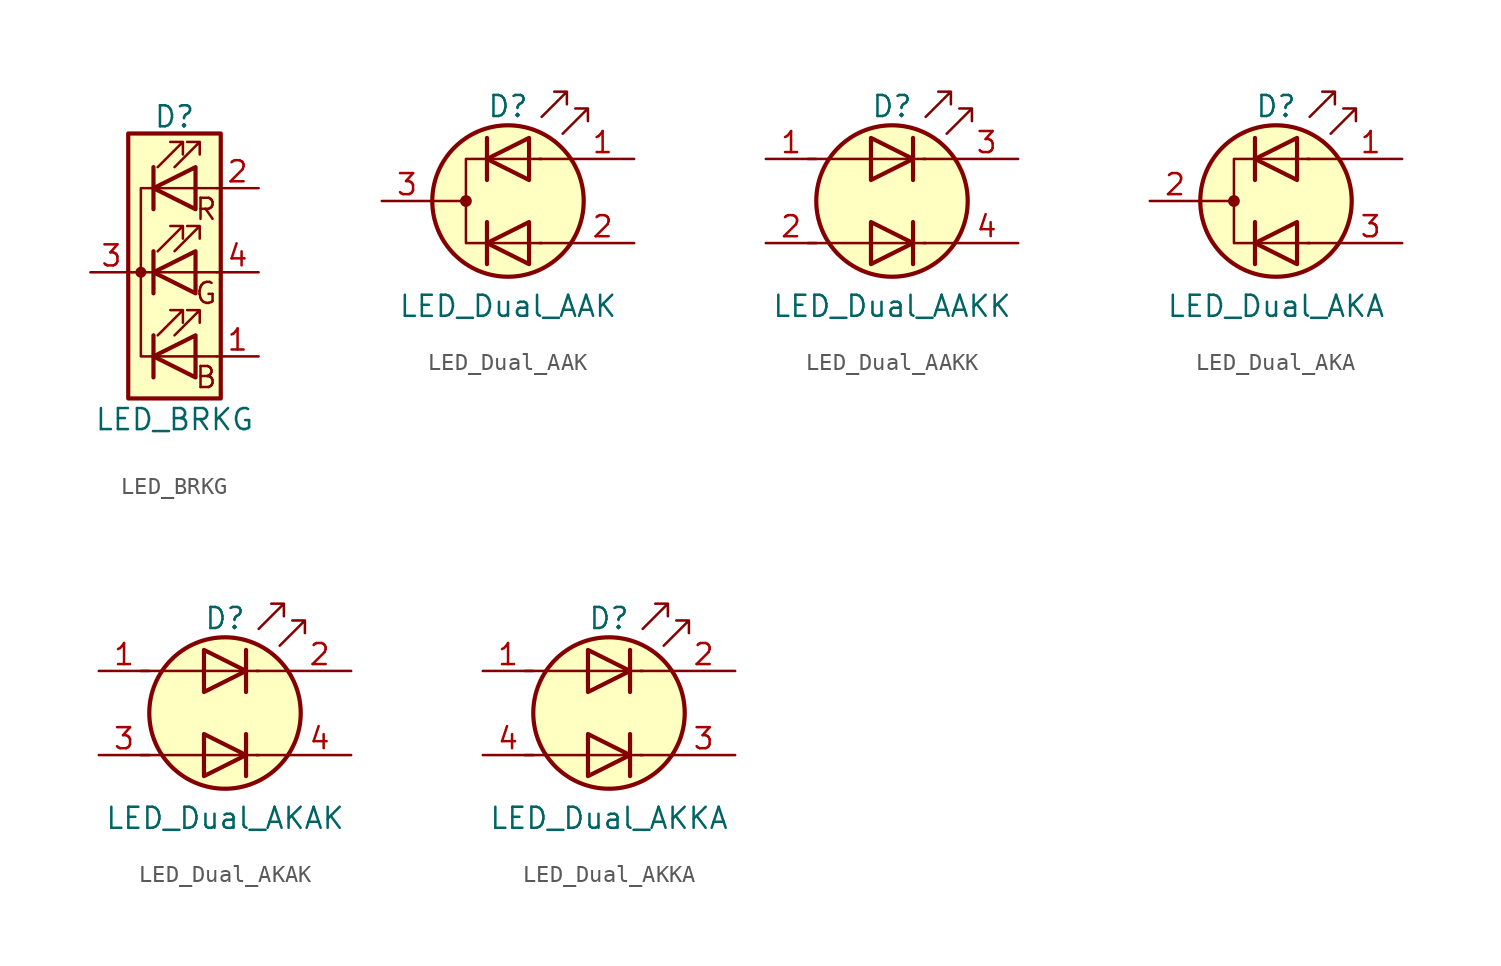
<source format=kicad_sym>
(kicad_symbol_lib
  (version 20241209)
  (generator "kicad_symbol_editor")
  (generator_version "9.0")
  (symbol "LED_BRKG"
    (pin_names
      (offset 0)
      (hide yes))
    (property "Reference" "D"
      (at 0 9.398 0)
      (effects (font (size 1.27 1.27))))
    (property "Value" "LED_BRKG"
      (at 0 -8.89 0)
      (effects (font (size 1.27 1.27))))
    (symbol "LED_BRKG_0_0"
      (text "R" (at 1.905 3.81 0) (effects (font (size 1.27 1.27))))
      (text "G" (at 1.905 -1.27 0) (effects (font (size 1.27 1.27))))
      (text "B" (at 1.905 -6.35 0) (effects (font (size 1.27 1.27)))))
    (symbol "LED_BRKG_0_1"
      (circle (center -2.032 0) (radius 0.254) (stroke (width 0) (type default)) (fill (type outline)))
      (polyline (pts (xy -1.27 6.35) (xy -1.27 3.81)) (stroke (width 0.254) (type default)) (fill (type none)))
      (polyline (pts (xy -1.27 6.35) (xy -1.27 3.81) (xy -1.27 3.81)) (stroke (width 0) (type default)) (fill (type none)))
      (polyline (pts (xy -1.27 5.08) (xy 1.27 5.08)) (stroke (width 0) (type default)) (fill (type none)))
      (polyline (pts (xy -1.27 5.08) (xy -2.032 5.08) (xy -2.032 -5.08) (xy -1.016 -5.08)) (stroke (width 0) (type default)) (fill (type none)))
      (polyline (pts (xy -1.27 1.27) (xy -1.27 -1.27)) (stroke (width 0.254) (type default)) (fill (type none)))
      (polyline (pts (xy -1.27 1.27) (xy -1.27 -1.27) (xy -1.27 -1.27)) (stroke (width 0) (type default)) (fill (type none)))
      (polyline (pts (xy -1.27 0) (xy -2.54 0)) (stroke (width 0) (type default)) (fill (type none)))
      (polyline (pts (xy -1.27 -3.81) (xy -1.27 -6.35)) (stroke (width 0.254) (type default)) (fill (type none)))
      (polyline (pts (xy -1.27 -5.08) (xy 1.27 -5.08)) (stroke (width 0) (type default)) (fill (type none)))
      (polyline (pts (xy -1.016 6.35) (xy 0.508 7.874) (xy -0.254 7.874) (xy 0.508 7.874) (xy 0.508 7.112)) (stroke (width 0) (type default)) (fill (type none)))
      (polyline (pts (xy -1.016 1.27) (xy 0.508 2.794) (xy -0.254 2.794) (xy 0.508 2.794) (xy 0.508 2.032)) (stroke (width 0) (type default)) (fill (type none)))
      (polyline (pts (xy -1.016 -3.81) (xy 0.508 -2.286) (xy -0.254 -2.286) (xy 0.508 -2.286) (xy 0.508 -3.048)) (stroke (width 0) (type default)) (fill (type none)))
      (polyline (pts (xy 0 6.35) (xy 1.524 7.874) (xy 0.762 7.874) (xy 1.524 7.874) (xy 1.524 7.112)) (stroke (width 0) (type default)) (fill (type none)))
      (polyline (pts (xy 0 1.27) (xy 1.524 2.794) (xy 0.762 2.794) (xy 1.524 2.794) (xy 1.524 2.032)) (stroke (width 0) (type default)) (fill (type none)))
      (polyline (pts (xy 0 -3.81) (xy 1.524 -2.286) (xy 0.762 -2.286) (xy 1.524 -2.286) (xy 1.524 -3.048)) (stroke (width 0) (type default)) (fill (type none)))
      (polyline (pts (xy 1.27 6.35) (xy 1.27 3.81) (xy -1.27 5.08) (xy 1.27 6.35)) (stroke (width 0.254) (type default)) (fill (type none)))
      (rectangle (start 1.27 6.35) (end 1.27 6.35) (stroke (width 0) (type default)) (fill (type none)))
      (polyline (pts (xy 1.27 5.08) (xy 2.54 5.08)) (stroke (width 0) (type default)) (fill (type none)))
      (rectangle (start 1.27 3.81) (end 1.27 6.35) (stroke (width 0) (type default)) (fill (type none)))
      (polyline (pts (xy 1.27 1.27) (xy 1.27 -1.27) (xy -1.27 0) (xy 1.27 1.27)) (stroke (width 0.254) (type default)) (fill (type none)))
      (rectangle (start 1.27 1.27) (end 1.27 1.27) (stroke (width 0) (type default)) (fill (type none)))
      (polyline (pts (xy 1.27 0) (xy -1.27 0)) (stroke (width 0) (type default)) (fill (type none)))
      (polyline (pts (xy 1.27 0) (xy 2.54 0)) (stroke (width 0) (type default)) (fill (type none)))
      (rectangle (start 1.27 -1.27) (end 1.27 1.27) (stroke (width 0) (type default)) (fill (type none)))
      (polyline (pts (xy 1.27 -3.81) (xy 1.27 -6.35) (xy -1.27 -5.08) (xy 1.27 -3.81)) (stroke (width 0.254) (type default)) (fill (type none)))
      (polyline (pts (xy 1.27 -5.08) (xy 2.54 -5.08)) (stroke (width 0) (type default)) (fill (type none)))
      (rectangle (start 2.794 8.382) (end -2.794 -7.62) (stroke (width 0.254) (type default)) (fill (type background))))
    (symbol "LED_BRKG_1_1"
      (pin passive line (at -5.08 0 0) (length 2.54) (name "K" (effects (font (size 1.27 1.27)))) (number "3" (effects (font (size 1.27 1.27)))))
      (pin passive line (at 5.08 5.08 180) (length 2.54) (name "RA" (effects (font (size 1.27 1.27)))) (number "2" (effects (font (size 1.27 1.27)))))
      (pin passive line (at 5.08 0 180) (length 2.54) (name "GA" (effects (font (size 1.27 1.27)))) (number "4" (effects (font (size 1.27 1.27)))))
      (pin passive line (at 5.08 -5.08 180) (length 2.54) (name "BA" (effects (font (size 1.27 1.27)))) (number "1" (effects (font (size 1.27 1.27)))))))
  (symbol "LED_Dual_AAK"
    (pin_names
      (offset 0)
      (hide yes))
    (property "Reference" "D"
      (at 0 5.715 0)
      (effects (font (size 1.27 1.27))))
    (property "Value" "LED_Dual_AAK"
      (at 0 -6.35 0)
      (effects (font (size 1.27 1.27))))
    (symbol "LED_Dual_AAK_0_1"
      (polyline (pts (xy -4.572 0) (xy -2.54 0)) (stroke (width 0) (type default)) (fill (type none)))
      (circle (center -2.54 0) (radius 0.279) (stroke (width 0) (type default)) (fill (type outline)))
      (polyline (pts (xy -1.27 1.27) (xy -1.27 3.81)) (stroke (width 0.254) (type default)) (fill (type none)))
      (polyline (pts (xy -1.27 -1.27) (xy -1.27 -3.81)) (stroke (width 0.254) (type default)) (fill (type none)))
      (circle (center 0 0) (radius 4.572) (stroke (width 0.254) (type default)) (fill (type background)))
      (polyline (pts (xy 1.27 1.27) (xy 1.27 3.81) (xy -1.27 2.54) (xy 1.27 1.27)) (stroke (width 0.254) (type default)) (fill (type none)))
      (polyline (pts (xy 1.27 -3.81) (xy 1.27 -1.27) (xy -1.27 -2.54) (xy 1.27 -3.81)) (stroke (width 0.254) (type default)) (fill (type none)))
      (polyline (pts (xy 2.032 5.08) (xy 3.556 6.604) (xy 2.794 6.604) (xy 3.556 6.604) (xy 3.556 5.842)) (stroke (width 0) (type default)) (fill (type none)))
      (polyline (pts (xy 2.032 2.54) (xy -2.54 2.54) (xy -2.54 -2.54) (xy 2.032 -2.54)) (stroke (width 0) (type default)) (fill (type none)))
      (polyline (pts (xy 3.302 4.064) (xy 4.826 5.588) (xy 4.064 5.588) (xy 4.826 5.588) (xy 4.826 4.826)) (stroke (width 0) (type default)) (fill (type none)))
      (polyline (pts (xy 3.81 2.54) (xy 1.905 2.54)) (stroke (width 0) (type default)) (fill (type none)))
      (polyline (pts (xy 3.81 -2.54) (xy 1.905 -2.54)) (stroke (width 0) (type default)) (fill (type none))))
    (symbol "LED_Dual_AAK_1_1"
      (pin input line (at -7.62 0 0) (length 3.048) (name "K" (effects (font (size 1.27 1.27)))) (number "3" (effects (font (size 1.27 1.27)))))
      (pin input line (at 7.62 2.54 180) (length 3.81) (name "A1" (effects (font (size 1.27 1.27)))) (number "1" (effects (font (size 1.27 1.27)))))
      (pin input line (at 7.62 -2.54 180) (length 3.81) (name "A2" (effects (font (size 1.27 1.27)))) (number "2" (effects (font (size 1.27 1.27)))))))
  (symbol "LED_Dual_AAKK"
    (pin_names
      (offset 0)
      (hide yes))
    (property "Reference" "D"
      (at 0 5.715 0)
      (effects (font (size 1.27 1.27))))
    (property "Value" "LED_Dual_AAKK"
      (at 0 -6.35 0)
      (effects (font (size 1.27 1.27))))
    (symbol "LED_Dual_AAKK_0_1"
      (polyline (pts (xy -5.08 2.54) (xy 2.032 2.54)) (stroke (width 0) (type default)) (fill (type none)))
      (polyline (pts (xy -5.08 -2.54) (xy 2.032 -2.54)) (stroke (width 0) (type default)) (fill (type none)))
      (polyline (pts (xy -1.27 3.81) (xy -1.27 1.27) (xy 1.27 2.54) (xy -1.27 3.81)) (stroke (width 0.254) (type default)) (fill (type none)))
      (polyline (pts (xy -1.27 -1.27) (xy -1.27 -3.81) (xy 1.27 -2.54) (xy -1.27 -1.27)) (stroke (width 0.254) (type default)) (fill (type none)))
      (circle (center 0 0) (radius 4.572) (stroke (width 0.254) (type default)) (fill (type background)))
      (polyline (pts (xy 1.27 3.81) (xy 1.27 1.27)) (stroke (width 0.254) (type default)) (fill (type none)))
      (polyline (pts (xy 1.27 -1.27) (xy 1.27 -3.81)) (stroke (width 0.254) (type default)) (fill (type none)))
      (polyline (pts (xy 2.032 5.08) (xy 3.556 6.604) (xy 2.794 6.604) (xy 3.556 6.604) (xy 3.556 5.842)) (stroke (width 0) (type default)) (fill (type none)))
      (polyline (pts (xy 3.302 4.064) (xy 4.826 5.588) (xy 4.064 5.588) (xy 4.826 5.588) (xy 4.826 4.826)) (stroke (width 0) (type default)) (fill (type none)))
      (polyline (pts (xy 3.81 2.54) (xy 1.905 2.54)) (stroke (width 0) (type default)) (fill (type none)))
      (polyline (pts (xy 3.81 -2.54) (xy 1.905 -2.54)) (stroke (width 0) (type default)) (fill (type none))))
    (symbol "LED_Dual_AAKK_1_1"
      (pin input line (at -7.62 2.54 0) (length 3.048) (name "A1" (effects (font (size 1.27 1.27)))) (number "1" (effects (font (size 1.27 1.27)))))
      (pin input line (at -7.62 -2.54 0) (length 3.048) (name "A2" (effects (font (size 1.27 1.27)))) (number "2" (effects (font (size 1.27 1.27)))))
      (pin input line (at 7.62 2.54 180) (length 3.81) (name "K1" (effects (font (size 1.27 1.27)))) (number "3" (effects (font (size 1.27 1.27)))))
      (pin input line (at 7.62 -2.54 180) (length 3.81) (name "K2" (effects (font (size 1.27 1.27)))) (number "4" (effects (font (size 1.27 1.27)))))))
  (symbol "LED_Dual_AKA"
    (pin_names
      (offset 0)
      (hide yes))
    (property "Reference" "D"
      (at 0 5.715 0)
      (effects (font (size 1.27 1.27))))
    (property "Value" "LED_Dual_AKA"
      (at 0 -6.35 0)
      (effects (font (size 1.27 1.27))))
    (symbol "LED_Dual_AKA_0_1"
      (polyline (pts (xy -4.572 0) (xy -2.54 0)) (stroke (width 0) (type default)) (fill (type none)))
      (circle (center -2.54 0) (radius 0.279) (stroke (width 0) (type default)) (fill (type outline)))
      (polyline (pts (xy -1.27 1.27) (xy -1.27 3.81)) (stroke (width 0.254) (type default)) (fill (type none)))
      (polyline (pts (xy -1.27 -1.27) (xy -1.27 -3.81)) (stroke (width 0.254) (type default)) (fill (type none)))
      (circle (center 0 0) (radius 4.572) (stroke (width 0.254) (type default)) (fill (type background)))
      (polyline (pts (xy 1.27 1.27) (xy 1.27 3.81) (xy -1.27 2.54) (xy 1.27 1.27)) (stroke (width 0.254) (type default)) (fill (type none)))
      (polyline (pts (xy 1.27 -3.81) (xy 1.27 -1.27) (xy -1.27 -2.54) (xy 1.27 -3.81)) (stroke (width 0.254) (type default)) (fill (type none)))
      (polyline (pts (xy 2.032 5.08) (xy 3.556 6.604) (xy 2.794 6.604) (xy 3.556 6.604) (xy 3.556 5.842)) (stroke (width 0) (type default)) (fill (type none)))
      (polyline (pts (xy 2.032 2.54) (xy -2.54 2.54) (xy -2.54 -2.54) (xy 2.032 -2.54)) (stroke (width 0) (type default)) (fill (type none)))
      (polyline (pts (xy 3.302 4.064) (xy 4.826 5.588) (xy 4.064 5.588) (xy 4.826 5.588) (xy 4.826 4.826)) (stroke (width 0) (type default)) (fill (type none)))
      (polyline (pts (xy 3.81 2.54) (xy 1.905 2.54)) (stroke (width 0) (type default)) (fill (type none)))
      (polyline (pts (xy 3.81 -2.54) (xy 1.905 -2.54)) (stroke (width 0) (type default)) (fill (type none))))
    (symbol "LED_Dual_AKA_1_1"
      (pin input line (at -7.62 0 0) (length 3.048) (name "K" (effects (font (size 1.27 1.27)))) (number "2" (effects (font (size 1.27 1.27)))))
      (pin input line (at 7.62 2.54 180) (length 3.81) (name "A1" (effects (font (size 1.27 1.27)))) (number "1" (effects (font (size 1.27 1.27)))))
      (pin input line (at 7.62 -2.54 180) (length 3.81) (name "A2" (effects (font (size 1.27 1.27)))) (number "3" (effects (font (size 1.27 1.27)))))))
  (symbol "LED_Dual_AKAK"
    (pin_names
      (offset 0)
      (hide yes))
    (property "Reference" "D"
      (at 0 5.715 0)
      (effects (font (size 1.27 1.27))))
    (property "Value" "LED_Dual_AKAK"
      (at 0 -6.35 0)
      (effects (font (size 1.27 1.27))))
    (symbol "LED_Dual_AKAK_0_1"
      (polyline (pts (xy -5.08 2.54) (xy 2.032 2.54)) (stroke (width 0) (type default)) (fill (type none)))
      (polyline (pts (xy -5.08 -2.54) (xy 2.032 -2.54)) (stroke (width 0) (type default)) (fill (type none)))
      (polyline (pts (xy -1.27 3.81) (xy -1.27 1.27) (xy 1.27 2.54) (xy -1.27 3.81)) (stroke (width 0.254) (type default)) (fill (type none)))
      (polyline (pts (xy -1.27 -1.27) (xy -1.27 -3.81) (xy 1.27 -2.54) (xy -1.27 -1.27)) (stroke (width 0.254) (type default)) (fill (type none)))
      (circle (center 0 0) (radius 4.572) (stroke (width 0.254) (type default)) (fill (type background)))
      (polyline (pts (xy 1.27 3.81) (xy 1.27 1.27)) (stroke (width 0.254) (type default)) (fill (type none)))
      (polyline (pts (xy 1.27 -1.27) (xy 1.27 -3.81)) (stroke (width 0.254) (type default)) (fill (type none)))
      (polyline (pts (xy 2.032 5.08) (xy 3.556 6.604) (xy 2.794 6.604) (xy 3.556 6.604) (xy 3.556 5.842)) (stroke (width 0) (type default)) (fill (type none)))
      (polyline (pts (xy 3.302 4.064) (xy 4.826 5.588) (xy 4.064 5.588) (xy 4.826 5.588) (xy 4.826 4.826)) (stroke (width 0) (type default)) (fill (type none)))
      (polyline (pts (xy 3.81 2.54) (xy 1.905 2.54)) (stroke (width 0) (type default)) (fill (type none)))
      (polyline (pts (xy 3.81 -2.54) (xy 1.905 -2.54)) (stroke (width 0) (type default)) (fill (type none))))
    (symbol "LED_Dual_AKAK_1_1"
      (pin input line (at -7.62 2.54 0) (length 3.048) (name "A1" (effects (font (size 1.27 1.27)))) (number "1" (effects (font (size 1.27 1.27)))))
      (pin input line (at -7.62 -2.54 0) (length 3.048) (name "A2" (effects (font (size 1.27 1.27)))) (number "3" (effects (font (size 1.27 1.27)))))
      (pin input line (at 7.62 2.54 180) (length 3.81) (name "K1" (effects (font (size 1.27 1.27)))) (number "2" (effects (font (size 1.27 1.27)))))
      (pin input line (at 7.62 -2.54 180) (length 3.81) (name "K2" (effects (font (size 1.27 1.27)))) (number "4" (effects (font (size 1.27 1.27)))))))
  (symbol "LED_Dual_AKKA"
    (pin_names
      (offset 0)
      (hide yes))
    (property "Reference" "D"
      (at 0 5.715 0)
      (effects (font (size 1.27 1.27))))
    (property "Value" "LED_Dual_AKKA"
      (at 0 -6.35 0)
      (effects (font (size 1.27 1.27))))
    (symbol "LED_Dual_AKKA_0_1"
      (polyline (pts (xy -5.08 2.54) (xy 2.032 2.54)) (stroke (width 0) (type default)) (fill (type none)))
      (polyline (pts (xy -5.08 -2.54) (xy 2.032 -2.54)) (stroke (width 0) (type default)) (fill (type none)))
      (polyline (pts (xy -1.27 3.81) (xy -1.27 1.27) (xy 1.27 2.54) (xy -1.27 3.81)) (stroke (width 0.254) (type default)) (fill (type none)))
      (polyline (pts (xy -1.27 -1.27) (xy -1.27 -3.81) (xy 1.27 -2.54) (xy -1.27 -1.27)) (stroke (width 0.254) (type default)) (fill (type none)))
      (circle (center 0 0) (radius 4.572) (stroke (width 0.254) (type default)) (fill (type background)))
      (polyline (pts (xy 1.27 3.81) (xy 1.27 1.27)) (stroke (width 0.254) (type default)) (fill (type none)))
      (polyline (pts (xy 1.27 -1.27) (xy 1.27 -3.81)) (stroke (width 0.254) (type default)) (fill (type none)))
      (polyline (pts (xy 2.032 5.08) (xy 3.556 6.604) (xy 2.794 6.604) (xy 3.556 6.604) (xy 3.556 5.842)) (stroke (width 0) (type default)) (fill (type none)))
      (polyline (pts (xy 3.302 4.064) (xy 4.826 5.588) (xy 4.064 5.588) (xy 4.826 5.588) (xy 4.826 4.826)) (stroke (width 0) (type default)) (fill (type none)))
      (polyline (pts (xy 3.81 2.54) (xy 1.905 2.54)) (stroke (width 0) (type default)) (fill (type none)))
      (polyline (pts (xy 3.81 -2.54) (xy 1.905 -2.54)) (stroke (width 0) (type default)) (fill (type none))))
    (symbol "LED_Dual_AKKA_1_1"
      (pin input line (at -7.62 2.54 0) (length 3.048) (name "A1" (effects (font (size 1.27 1.27)))) (number "1" (effects (font (size 1.27 1.27)))))
      (pin input line (at -7.62 -2.54 0) (length 3.048) (name "A2" (effects (font (size 1.27 1.27)))) (number "4" (effects (font (size 1.27 1.27)))))
      (pin input line (at 7.62 2.54 180) (length 3.81) (name "K1" (effects (font (size 1.27 1.27)))) (number "2" (effects (font (size 1.27 1.27)))))
      (pin input line (at 7.62 -2.54 180) (length 3.81) (name "K2" (effects (font (size 1.27 1.27)))) (number "3" (effects (font (size 1.27 1.27))))))))
</source>
